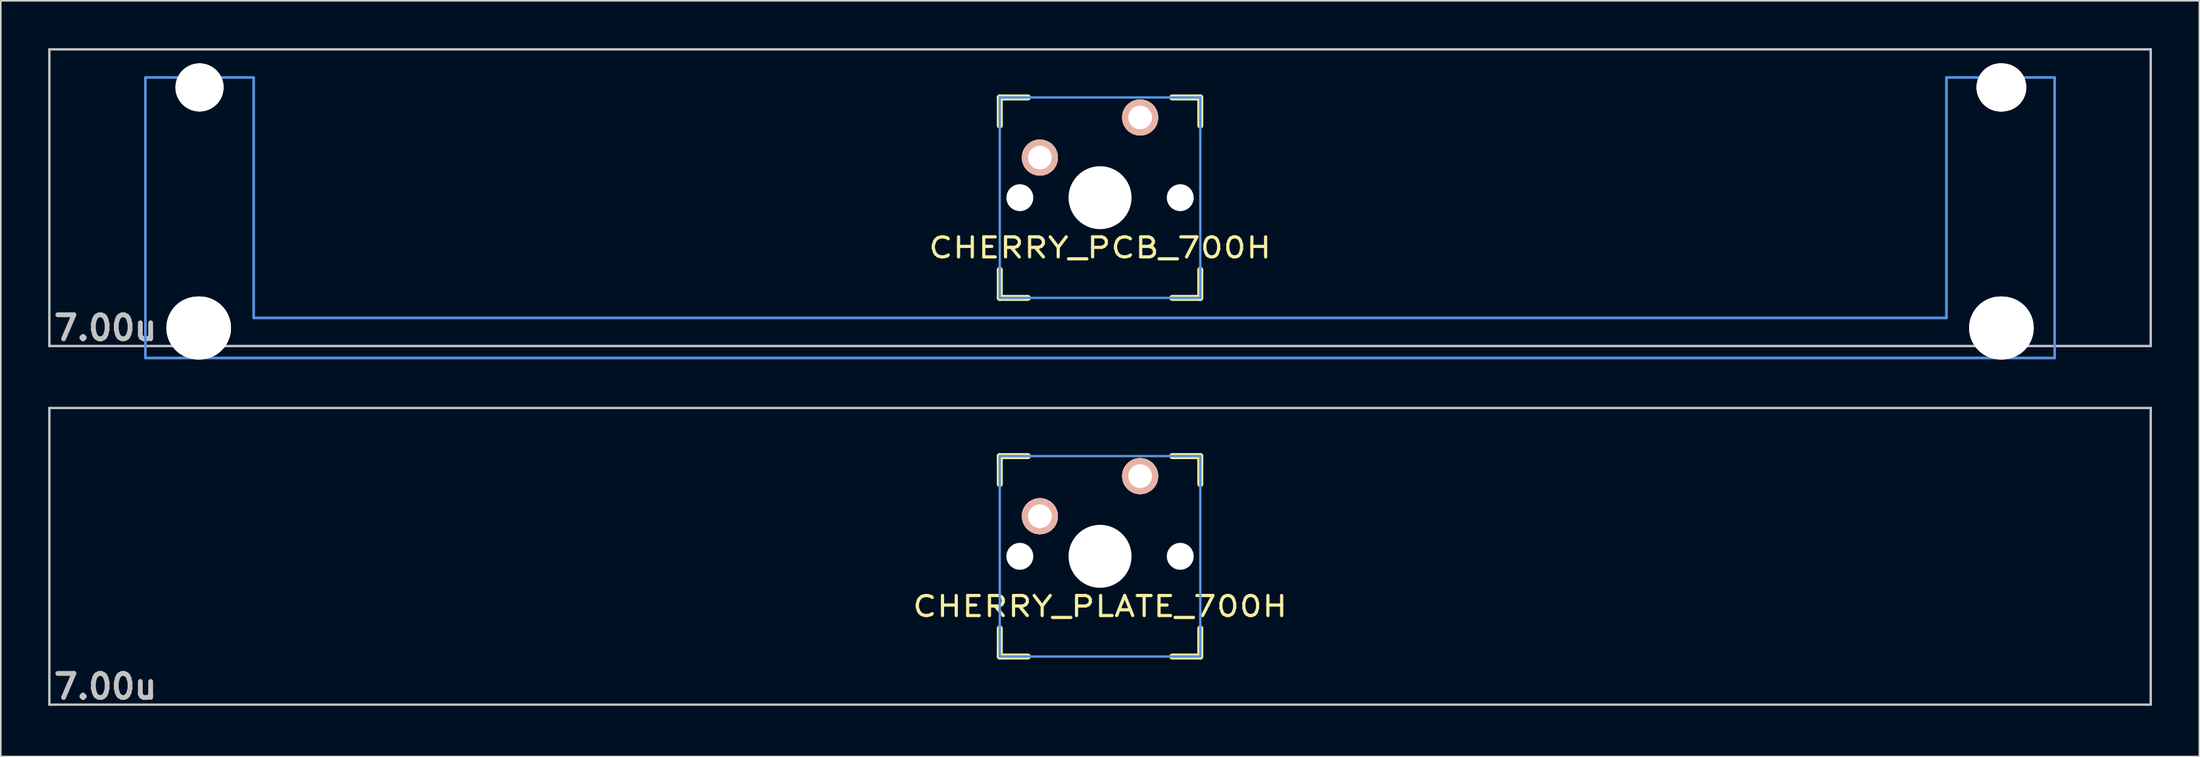
<source format=kicad_pcb>
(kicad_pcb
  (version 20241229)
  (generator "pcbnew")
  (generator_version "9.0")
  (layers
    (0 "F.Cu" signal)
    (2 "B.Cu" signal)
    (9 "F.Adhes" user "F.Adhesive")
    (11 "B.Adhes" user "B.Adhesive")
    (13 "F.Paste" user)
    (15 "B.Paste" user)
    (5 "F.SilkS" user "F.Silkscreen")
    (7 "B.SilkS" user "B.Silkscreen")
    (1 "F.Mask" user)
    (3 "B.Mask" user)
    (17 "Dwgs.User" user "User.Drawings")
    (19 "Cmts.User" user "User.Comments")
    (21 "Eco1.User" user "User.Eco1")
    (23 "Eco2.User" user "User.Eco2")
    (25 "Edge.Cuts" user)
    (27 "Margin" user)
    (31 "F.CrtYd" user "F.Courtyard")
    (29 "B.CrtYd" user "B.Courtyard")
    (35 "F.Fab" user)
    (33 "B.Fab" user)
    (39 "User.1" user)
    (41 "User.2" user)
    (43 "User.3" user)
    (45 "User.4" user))
  (footprint "CHERRY_PLATE_700H"
    (layer "F.Cu")
    (at 66.625 32.197)
    (property "Reference" "CHERRY_PLATE_700H" (at 0 3.175 0) (layer "F.SilkS") (effects (font (size 1.27 1.524) (thickness 0.203))))
    (attr through_hole)
    (fp_line (start -6.35 -6.35) (end -4.572 -6.35) (stroke (width 0.381) (type solid)) (layer "F.SilkS"))
    (fp_line (start -6.35 -4.572) (end -6.35 -6.35) (stroke (width 0.381) (type solid)) (layer "F.SilkS"))
    (fp_line (start -6.35 6.35) (end -6.35 4.572) (stroke (width 0.381) (type solid)) (layer "F.SilkS"))
    (fp_line (start -4.572 6.35) (end -6.35 6.35) (stroke (width 0.381) (type solid)) (layer "F.SilkS"))
    (fp_line (start 4.572 -6.35) (end 6.35 -6.35) (stroke (width 0.381) (type solid)) (layer "F.SilkS"))
    (fp_line (start 6.35 -6.35) (end 6.35 -4.572) (stroke (width 0.381) (type solid)) (layer "F.SilkS"))
    (fp_line (start 6.35 4.572) (end 6.35 6.35) (stroke (width 0.381) (type solid)) (layer "F.SilkS"))
    (fp_line (start 6.35 6.35) (end 4.572 6.35) (stroke (width 0.381) (type solid)) (layer "F.SilkS"))
    (fp_line (start -66.549 -9.398) (end 66.549 -9.398) (stroke (width 0.152) (type solid)) (layer "Dwgs.User"))
    (fp_line (start -66.549 9.398) (end -66.549 -9.398) (stroke (width 0.152) (type solid)) (layer "Dwgs.User"))
    (fp_line (start 66.549 -9.398) (end 66.549 9.398) (stroke (width 0.152) (type solid)) (layer "Dwgs.User"))
    (fp_line (start 66.549 9.398) (end -66.549 9.398) (stroke (width 0.152) (type solid)) (layer "Dwgs.User"))
    (fp_line (start -6.35 -6.35) (end 6.35 -6.35) (stroke (width 0.152) (type solid)) (layer "Cmts.User"))
    (fp_line (start -6.35 6.35) (end -6.35 -6.35) (stroke (width 0.152) (type solid)) (layer "Cmts.User"))
    (fp_line (start 6.35 -6.35) (end 6.35 6.35) (stroke (width 0.152) (type solid)) (layer "Cmts.User"))
    (fp_line (start 6.35 6.35) (end -6.35 6.35) (stroke (width 0.152) (type solid)) (layer "Cmts.User"))
    (fp_text user "7.00u" (at -63 8.255 0) (layer "Dwgs.User") (effects (font (size 1.524 1.524) (thickness 0.305))))
    (pad "" np_thru_hole circle (at -5.08 0) (size 1.702 1.702) (drill 1.702) (layers "*.Cu"))
    (pad "" np_thru_hole circle (at 0 0) (size 3.988 3.988) (drill 3.988) (layers "*.Cu"))
    (pad "" np_thru_hole circle (at 5.08 0) (size 1.702 1.702) (drill 1.702) (layers "*.Cu"))
    (pad "1" thru_hole circle (at 2.54 -5.08) (size 2.286 2.286) (drill 1.499) (layers "*.Cu" "*.SilkS" "*.Mask"))
    (pad "2" thru_hole circle (at -3.81 -2.54) (size 2.286 2.286) (drill 1.499) (layers "*.Cu" "*.SilkS" "*.Mask")))
  (footprint "CHERRY_PCB_700H"
    (layer "F.Cu")
    (at 66.625 9.474)
    (property "Reference" "CHERRY_PCB_700H" (at 0 3.175 0) (layer "F.SilkS") (effects (font (size 1.27 1.524) (thickness 0.203))))
    (attr through_hole)
    (fp_line (start -6.35 -6.35) (end -4.572 -6.35) (stroke (width 0.381) (type solid)) (layer "F.SilkS"))
    (fp_line (start -6.35 -4.572) (end -6.35 -6.35) (stroke (width 0.381) (type solid)) (layer "F.SilkS"))
    (fp_line (start -6.35 6.35) (end -6.35 4.572) (stroke (width 0.381) (type solid)) (layer "F.SilkS"))
    (fp_line (start -4.572 6.35) (end -6.35 6.35) (stroke (width 0.381) (type solid)) (layer "F.SilkS"))
    (fp_line (start 4.572 -6.35) (end 6.35 -6.35) (stroke (width 0.381) (type solid)) (layer "F.SilkS"))
    (fp_line (start 6.35 -6.35) (end 6.35 -4.572) (stroke (width 0.381) (type solid)) (layer "F.SilkS"))
    (fp_line (start 6.35 4.572) (end 6.35 6.35) (stroke (width 0.381) (type solid)) (layer "F.SilkS"))
    (fp_line (start 6.35 6.35) (end 4.572 6.35) (stroke (width 0.381) (type solid)) (layer "F.SilkS"))
    (fp_line (start -66.549 -9.398) (end 66.549 -9.398) (stroke (width 0.152) (type solid)) (layer "Dwgs.User"))
    (fp_line (start -66.549 9.398) (end -66.549 -9.398) (stroke (width 0.152) (type solid)) (layer "Dwgs.User"))
    (fp_line (start 66.549 -9.398) (end 66.549 9.398) (stroke (width 0.152) (type solid)) (layer "Dwgs.User"))
    (fp_line (start 66.549 9.398) (end -66.549 9.398) (stroke (width 0.152) (type solid)) (layer "Dwgs.User"))
    (fp_line (start -60.467 -7.62) (end -60.467 10.16) (stroke (width 0.152) (type solid)) (layer "Cmts.User"))
    (fp_line (start -60.467 -7.62) (end -60.467 10.16) (stroke (width 0.152) (type solid)) (layer "Cmts.User"))
    (fp_line (start -60.467 10.16) (end 60.467 10.16) (stroke (width 0.152) (type solid)) (layer "Cmts.User"))
    (fp_line (start -60.467 10.16) (end 60.467 10.16) (stroke (width 0.152) (type solid)) (layer "Cmts.User"))
    (fp_line (start -53.609 -7.62) (end -60.467 -7.62) (stroke (width 0.152) (type solid)) (layer "Cmts.User"))
    (fp_line (start -53.609 -7.62) (end -60.467 -7.62) (stroke (width 0.152) (type solid)) (layer "Cmts.User"))
    (fp_line (start -53.609 7.62) (end -53.609 -7.62) (stroke (width 0.152) (type solid)) (layer "Cmts.User"))
    (fp_line (start -53.609 7.62) (end -53.609 -7.62) (stroke (width 0.152) (type solid)) (layer "Cmts.User"))
    (fp_line (start -6.35 -6.35) (end 6.35 -6.35) (stroke (width 0.152) (type solid)) (layer "Cmts.User"))
    (fp_line (start -6.35 6.35) (end -6.35 -6.35) (stroke (width 0.152) (type solid)) (layer "Cmts.User"))
    (fp_line (start 6.35 -6.35) (end 6.35 6.35) (stroke (width 0.152) (type solid)) (layer "Cmts.User"))
    (fp_line (start 6.35 6.35) (end -6.35 6.35) (stroke (width 0.152) (type solid)) (layer "Cmts.User"))
    (fp_line (start 53.609 -7.62) (end 53.609 7.62) (stroke (width 0.152) (type solid)) (layer "Cmts.User"))
    (fp_line (start 53.609 -7.62) (end 53.609 7.62) (stroke (width 0.152) (type solid)) (layer "Cmts.User"))
    (fp_line (start 53.609 7.62) (end -53.609 7.62) (stroke (width 0.152) (type solid)) (layer "Cmts.User"))
    (fp_line (start 53.609 7.62) (end -53.609 7.62) (stroke (width 0.152) (type solid)) (layer "Cmts.User"))
    (fp_line (start 60.467 -7.62) (end 53.609 -7.62) (stroke (width 0.152) (type solid)) (layer "Cmts.User"))
    (fp_line (start 60.467 -7.62) (end 53.609 -7.62) (stroke (width 0.152) (type solid)) (layer "Cmts.User"))
    (fp_line (start 60.467 10.16) (end 60.467 -7.62) (stroke (width 0.152) (type solid)) (layer "Cmts.User"))
    (fp_line (start 60.467 10.16) (end 60.467 -7.62) (stroke (width 0.152) (type solid)) (layer "Cmts.User"))
    (fp_line (start -61.229 -2.286) (end -60.365 -2.286) (stroke (width 0.152) (type solid)) (layer "Eco2.User"))
    (fp_line (start -61.229 -2.286) (end -60.365 -2.286) (stroke (width 0.152) (type solid)) (layer "Eco2.User"))
    (fp_line (start -61.229 0.508) (end -61.229 -2.286) (stroke (width 0.152) (type solid)) (layer "Eco2.User"))
    (fp_line (start -61.229 0.508) (end -61.229 -2.286) (stroke (width 0.152) (type solid)) (layer "Eco2.User"))
    (fp_line (start -60.365 -5.69) (end -53.711 -5.69) (stroke (width 0.152) (type solid)) (layer "Eco2.User"))
    (fp_line (start -60.365 -5.69) (end -53.711 -5.69) (stroke (width 0.152) (type solid)) (layer "Eco2.User"))
    (fp_line (start -60.365 -2.286) (end -60.365 -5.69) (stroke (width 0.152) (type solid)) (layer "Eco2.User"))
    (fp_line (start -60.365 -2.286) (end -60.365 -5.69) (stroke (width 0.152) (type solid)) (layer "Eco2.User"))
    (fp_line (start -60.365 0.508) (end -61.229 0.508) (stroke (width 0.152) (type solid)) (layer "Eco2.User"))
    (fp_line (start -60.365 0.508) (end -61.229 0.508) (stroke (width 0.152) (type solid)) (layer "Eco2.User"))
    (fp_line (start -60.365 6.604) (end -60.365 0.508) (stroke (width 0.152) (type solid)) (layer "Eco2.User"))
    (fp_line (start -60.365 6.604) (end -60.365 0.508) (stroke (width 0.152) (type solid)) (layer "Eco2.User"))
    (fp_line (start -59.324 6.604) (end -60.365 6.604) (stroke (width 0.152) (type solid)) (layer "Eco2.User"))
    (fp_line (start -59.324 6.604) (end -60.365 6.604) (stroke (width 0.152) (type solid)) (layer "Eco2.User"))
    (fp_line (start -59.324 7.772) (end -59.324 6.604) (stroke (width 0.152) (type solid)) (layer "Eco2.User"))
    (fp_line (start -59.324 7.772) (end -59.324 6.604) (stroke (width 0.152) (type solid)) (layer "Eco2.User"))
    (fp_line (start -54.752 6.604) (end -54.752 7.772) (stroke (width 0.152) (type solid)) (layer "Eco2.User"))
    (fp_line (start -54.752 6.604) (end -54.752 7.772) (stroke (width 0.152) (type solid)) (layer "Eco2.User"))
    (fp_line (start -54.752 7.772) (end -59.324 7.772) (stroke (width 0.152) (type solid)) (layer "Eco2.User"))
    (fp_line (start -54.752 7.772) (end -59.324 7.772) (stroke (width 0.152) (type solid)) (layer "Eco2.User"))
    (fp_line (start -53.711 -5.69) (end -53.711 -2.286) (stroke (width 0.152) (type solid)) (layer "Eco2.User"))
    (fp_line (start -53.711 -5.69) (end -53.711 -2.286) (stroke (width 0.152) (type solid)) (layer "Eco2.User"))
    (fp_line (start -53.711 -2.286) (end -6.985 -2.286) (stroke (width 0.152) (type solid)) (layer "Eco2.User"))
    (fp_line (start -53.711 -2.286) (end -6.985 -2.286) (stroke (width 0.152) (type solid)) (layer "Eco2.User"))
    (fp_line (start -53.711 2.286) (end -53.711 6.604) (stroke (width 0.152) (type solid)) (layer "Eco2.User"))
    (fp_line (start -53.711 2.286) (end -53.711 6.604) (stroke (width 0.152) (type solid)) (layer "Eco2.User"))
    (fp_line (start -53.711 6.604) (end -54.752 6.604) (stroke (width 0.152) (type solid)) (layer "Eco2.User"))
    (fp_line (start -53.711 6.604) (end -54.752 6.604) (stroke (width 0.152) (type solid)) (layer "Eco2.User"))
    (fp_line (start -6.985 2.286) (end -53.711 2.286) (stroke (width 0.152) (type solid)) (layer "Eco2.User"))
    (fp_line (start -6.985 2.286) (end -53.711 2.286) (stroke (width 0.152) (type solid)) (layer "Eco2.User"))
    (fp_line (start 6.985 -2.286) (end 53.711 -2.286) (stroke (width 0.152) (type solid)) (layer "Eco2.User"))
    (fp_line (start 6.985 -2.286) (end 53.711 -2.286) (stroke (width 0.152) (type solid)) (layer "Eco2.User"))
    (fp_line (start 53.711 -5.69) (end 60.365 -5.69) (stroke (width 0.152) (type solid)) (layer "Eco2.User"))
    (fp_line (start 53.711 -5.69) (end 60.365 -5.69) (stroke (width 0.152) (type solid)) (layer "Eco2.User"))
    (fp_line (start 53.711 -2.286) (end 53.711 -5.69) (stroke (width 0.152) (type solid)) (layer "Eco2.User"))
    (fp_line (start 53.711 -2.286) (end 53.711 -5.69) (stroke (width 0.152) (type solid)) (layer "Eco2.User"))
    (fp_line (start 53.711 2.286) (end 6.985 2.286) (stroke (width 0.152) (type solid)) (layer "Eco2.User"))
    (fp_line (start 53.711 2.286) (end 6.985 2.286) (stroke (width 0.152) (type solid)) (layer "Eco2.User"))
    (fp_line (start 53.711 6.604) (end 53.711 2.286) (stroke (width 0.152) (type solid)) (layer "Eco2.User"))
    (fp_line (start 53.711 6.604) (end 53.711 2.286) (stroke (width 0.152) (type solid)) (layer "Eco2.User"))
    (fp_line (start 54.752 6.604) (end 53.711 6.604) (stroke (width 0.152) (type solid)) (layer "Eco2.User"))
    (fp_line (start 54.752 6.604) (end 53.711 6.604) (stroke (width 0.152) (type solid)) (layer "Eco2.User"))
    (fp_line (start 54.752 7.772) (end 54.752 6.604) (stroke (width 0.152) (type solid)) (layer "Eco2.User"))
    (fp_line (start 54.752 7.772) (end 54.752 6.604) (stroke (width 0.152) (type solid)) (layer "Eco2.User"))
    (fp_line (start 59.324 6.604) (end 59.324 7.772) (stroke (width 0.152) (type solid)) (layer "Eco2.User"))
    (fp_line (start 59.324 6.604) (end 59.324 7.772) (stroke (width 0.152) (type solid)) (layer "Eco2.User"))
    (fp_line (start 59.324 7.772) (end 54.752 7.772) (stroke (width 0.152) (type solid)) (layer "Eco2.User"))
    (fp_line (start 59.324 7.772) (end 54.752 7.772) (stroke (width 0.152) (type solid)) (layer "Eco2.User"))
    (fp_line (start 60.365 -5.69) (end 60.365 -2.286) (stroke (width 0.152) (type solid)) (layer "Eco2.User"))
    (fp_line (start 60.365 -5.69) (end 60.365 -2.286) (stroke (width 0.152) (type solid)) (layer "Eco2.User"))
    (fp_line (start 60.365 -2.286) (end 61.229 -2.286) (stroke (width 0.152) (type solid)) (layer "Eco2.User"))
    (fp_line (start 60.365 -2.286) (end 61.229 -2.286) (stroke (width 0.152) (type solid)) (layer "Eco2.User"))
    (fp_line (start 60.365 0.508) (end 60.365 6.604) (stroke (width 0.152) (type solid)) (layer "Eco2.User"))
    (fp_line (start 60.365 0.508) (end 60.365 6.604) (stroke (width 0.152) (type solid)) (layer "Eco2.User"))
    (fp_line (start 60.365 6.604) (end 59.324 6.604) (stroke (width 0.152) (type solid)) (layer "Eco2.User"))
    (fp_line (start 60.365 6.604) (end 59.324 6.604) (stroke (width 0.152) (type solid)) (layer "Eco2.User"))
    (fp_line (start 61.229 -2.286) (end 61.229 0.508) (stroke (width 0.152) (type solid)) (layer "Eco2.User"))
    (fp_line (start 61.229 -2.286) (end 61.229 0.508) (stroke (width 0.152) (type solid)) (layer "Eco2.User"))
    (fp_line (start 61.229 0.508) (end 60.365 0.508) (stroke (width 0.152) (type solid)) (layer "Eco2.User"))
    (fp_line (start 61.229 0.508) (end 60.365 0.508) (stroke (width 0.152) (type solid)) (layer "Eco2.User"))
    (fp_text user "7.00u" (at -63 8.255 0) (layer "Dwgs.User") (effects (font (size 1.524 1.524) (thickness 0.305))))
    (pad "" np_thru_hole circle (at -57.15 8.255) (size 3.988 3.988) (drill 3.988) (layers "*.Cu"))
    (pad "" np_thru_hole circle (at -57.038 -6.985) (size 3.048 3.048) (drill 3.048) (layers "*.Cu"))
    (pad "" np_thru_hole circle (at -57.038 -6.985) (size 3.048 3.048) (drill 3.048) (layers "*.Cu"))
    (pad "" np_thru_hole circle (at -57.038 8.255) (size 3.988 3.988) (drill 3.988) (layers "*.Cu"))
    (pad "" np_thru_hole circle (at -57.038 8.255) (size 3.988 3.988) (drill 3.988) (layers "*.Cu"))
    (pad "" np_thru_hole circle (at -5.08 0) (size 1.702 1.702) (drill 1.702) (layers "*.Cu"))
    (pad "" np_thru_hole circle (at 0 0) (size 3.988 3.988) (drill 3.988) (layers "*.Cu"))
    (pad "" np_thru_hole circle (at 5.08 0) (size 1.702 1.702) (drill 1.702) (layers "*.Cu"))
    (pad "" np_thru_hole circle (at 57.038 -6.985) (size 3.048 3.048) (drill 3.048) (layers "*.Cu"))
    (pad "" np_thru_hole circle (at 57.038 -6.985) (size 3.048 3.048) (drill 3.048) (layers "*.Cu"))
    (pad "" np_thru_hole circle (at 57.038 8.255) (size 3.988 3.988) (drill 3.988) (layers "*.Cu"))
    (pad "" np_thru_hole circle (at 57.038 8.255) (size 3.988 3.988) (drill 3.988) (layers "*.Cu"))
    (pad "" np_thru_hole circle (at 57.15 -6.985) (size 3.048 3.048) (drill 3.048) (layers "*.Cu"))
    (pad "" np_thru_hole circle (at 57.15 8.255) (size 3.988 3.988) (drill 3.988) (layers "*.Cu"))
    (pad "1" thru_hole circle (at 2.54 -5.08) (size 2.286 2.286) (drill 1.499) (layers "*.Cu" "*.SilkS" "*.Mask"))
    (pad "2" thru_hole circle (at -3.81 -2.54) (size 2.286 2.286) (drill 1.499) (layers "*.Cu" "*.SilkS" "*.Mask")))
  (gr_rect
    (start -3 -3)
    (end 136.251 44.879)
    (stroke (width 0.1) (type default))
    (fill no)
    (layer "Edge.Cuts")))
</source>
